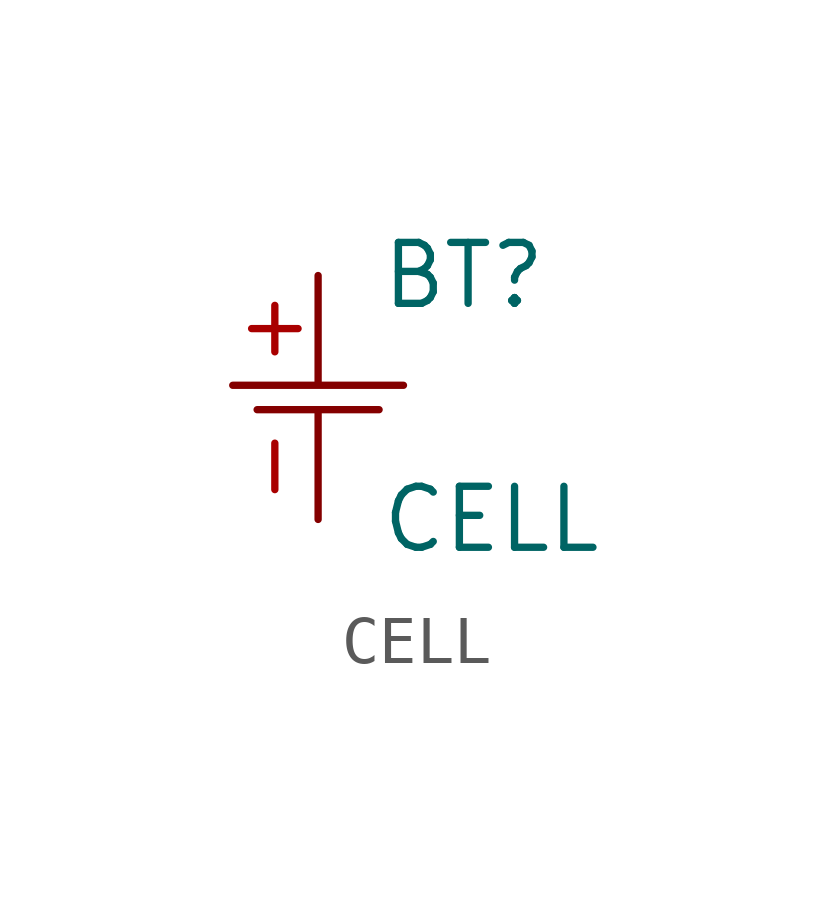
<source format=kicad_sym>
(kicad_symbol_lib
  (version 20211014)
  (generator kicad_symbol_editor)
  (symbol "CELL"
    (pin_names
      (offset 1.016))
    (property "Reference" "BT"
      (at 1.27 2.54 0)
      (effects (font (size 1.27 1.27)) (justify left)))
    (property "Value" "CELL"
      (at 1.27 -2.54 0)
      (effects (font (size 1.27 1.27)) (justify left)))
    (symbol "CELL_0_1"
      (polyline (pts (xy -1.778 0.254) (xy 1.778 0.254)) (stroke (width 0) (type default) (color 0 0 0 0)) (fill (type none)))
      (polyline (pts (xy -1.27 -0.254) (xy 1.27 -0.254)) (stroke (width 0) (type default) (color 0 0 0 0)) (fill (type none))))
    (symbol "CELL_1_1"
      (pin power_out line (at 0 2.54 270) (length 2.21) (name "~" (effects (font (size 1.27 1.27)))) (number "+" (effects (font (size 1.27 1.27)))))
      (pin power_in line (at 0 -2.54 90) (length 2.21) (name "~" (effects (font (size 1.27 1.27)))) (number "-" (effects (font (size 1.27 1.27))))))))
</source>
